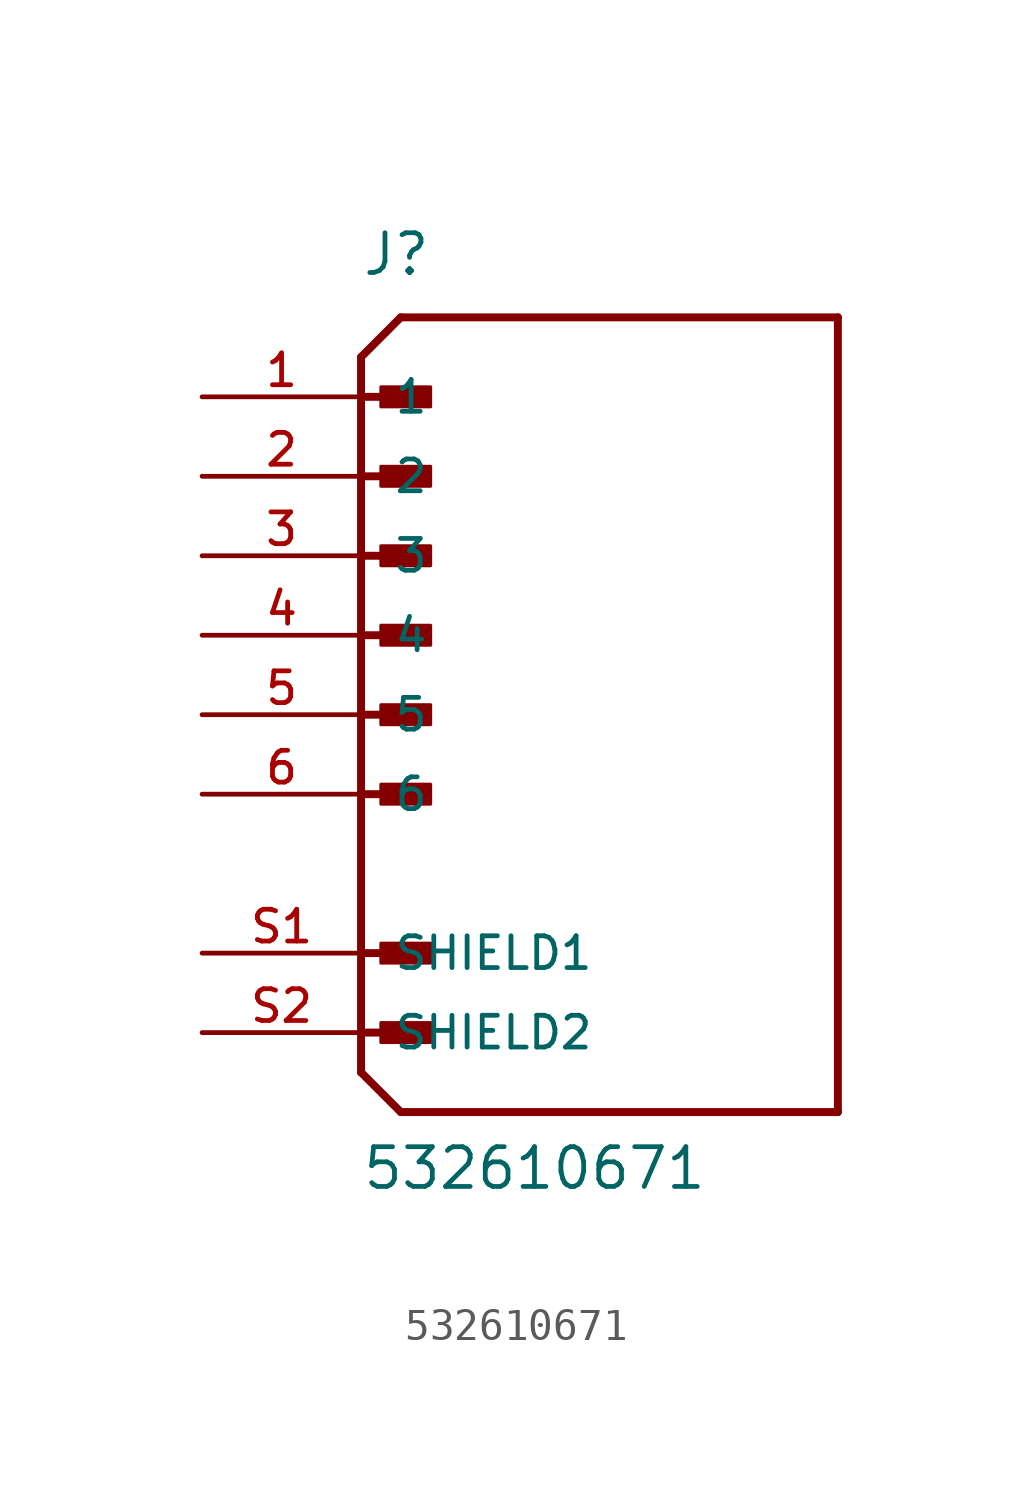
<source format=kicad_sym>
(kicad_symbol_lib
  (version 20211014)
  (generator kicad_symbol_editor)
  (symbol "532610671"
    (pin_names
      (offset 1.016))
    (property "Reference" "J"
      (at -7.62 13.97 0)
      (effects (font (size 1.27 1.27)) (justify bottom left)))
    (property "Value" "532610671"
      (at -7.62 -15.24 0)
      (effects (font (size 1.27 1.27)) (justify bottom left)))
    (symbol "532610671_0_0"
      (polyline (pts (xy -7.62 11.43) (xy -6.35 12.7)) (stroke (width 0.254)))
      (polyline (pts (xy -7.62 11.43) (xy -7.62 -11.43)) (stroke (width 0.254)))
      (polyline (pts (xy -7.62 -11.43) (xy -6.35 -12.7)) (stroke (width 0.254)))
      (polyline (pts (xy -6.35 -12.7) (xy 7.62 -12.7)) (stroke (width 0.254)))
      (polyline (pts (xy 7.62 -12.7) (xy 7.62 12.7)) (stroke (width 0.254)))
      (polyline (pts (xy 7.62 12.7) (xy -6.35 12.7)) (stroke (width 0.254)))
      (rectangle (start -6.985 9.842) (end -5.397 10.477) (stroke (width 0.1)) (fill (type outline)))
      (polyline (pts (xy -7.62 7.62) (xy -5.715 7.62)) (stroke (width 0.254)))
      (rectangle (start -6.985 7.303) (end -5.397 7.938) (stroke (width 0.1)) (fill (type outline)))
      (polyline (pts (xy -7.62 5.08) (xy -5.715 5.08)) (stroke (width 0.254)))
      (rectangle (start -6.985 4.763) (end -5.397 5.397) (stroke (width 0.1)) (fill (type outline)))
      (polyline (pts (xy -7.62 2.54) (xy -5.715 2.54)) (stroke (width 0.254)))
      (rectangle (start -6.985 2.223) (end -5.397 2.857) (stroke (width 0.1)) (fill (type outline)))
      (polyline (pts (xy -7.62 0.0) (xy -5.715 0.0)) (stroke (width 0.254)))
      (rectangle (start -6.985 -0.318) (end -5.397 0.318) (stroke (width 0.1)) (fill (type outline)))
      (polyline (pts (xy -7.62 -2.54) (xy -5.715 -2.54)) (stroke (width 0.254)))
      (rectangle (start -6.985 -2.857) (end -5.397 -2.223) (stroke (width 0.1)) (fill (type outline)))
      (polyline (pts (xy -7.62 10.16) (xy -5.715 10.16)) (stroke (width 0.254)))
      (polyline (pts (xy -7.62 -7.62) (xy -5.715 -7.62)) (stroke (width 0.254)))
      (rectangle (start -6.985 -7.938) (end -5.397 -7.303) (stroke (width 0.1)) (fill (type outline)))
      (polyline (pts (xy -7.62 -10.16) (xy -5.715 -10.16)) (stroke (width 0.254)))
      (rectangle (start -6.985 -10.477) (end -5.397 -9.842) (stroke (width 0.1)) (fill (type outline)))
      (pin passive line (at -12.7 10.16 0) (length 5.08) (name "1" (effects (font (size 1.016 1.016)))) (number "1" (effects (font (size 1.016 1.016)))))
      (pin passive line (at -12.7 7.62 0) (length 5.08) (name "2" (effects (font (size 1.016 1.016)))) (number "2" (effects (font (size 1.016 1.016)))))
      (pin passive line (at -12.7 5.08 0) (length 5.08) (name "3" (effects (font (size 1.016 1.016)))) (number "3" (effects (font (size 1.016 1.016)))))
      (pin passive line (at -12.7 2.54 0) (length 5.08) (name "4" (effects (font (size 1.016 1.016)))) (number "4" (effects (font (size 1.016 1.016)))))
      (pin passive line (at -12.7 0.0 0) (length 5.08) (name "5" (effects (font (size 1.016 1.016)))) (number "5" (effects (font (size 1.016 1.016)))))
      (pin passive line (at -12.7 -2.54 0) (length 5.08) (name "6" (effects (font (size 1.016 1.016)))) (number "6" (effects (font (size 1.016 1.016)))))
      (pin passive line (at -12.7 -7.62 0) (length 5.08) (name "SHIELD1" (effects (font (size 1.016 1.016)))) (number "S1" (effects (font (size 1.016 1.016)))))
      (pin passive line (at -12.7 -10.16 0) (length 5.08) (name "SHIELD2" (effects (font (size 1.016 1.016)))) (number "S2" (effects (font (size 1.016 1.016))))))))
</source>
